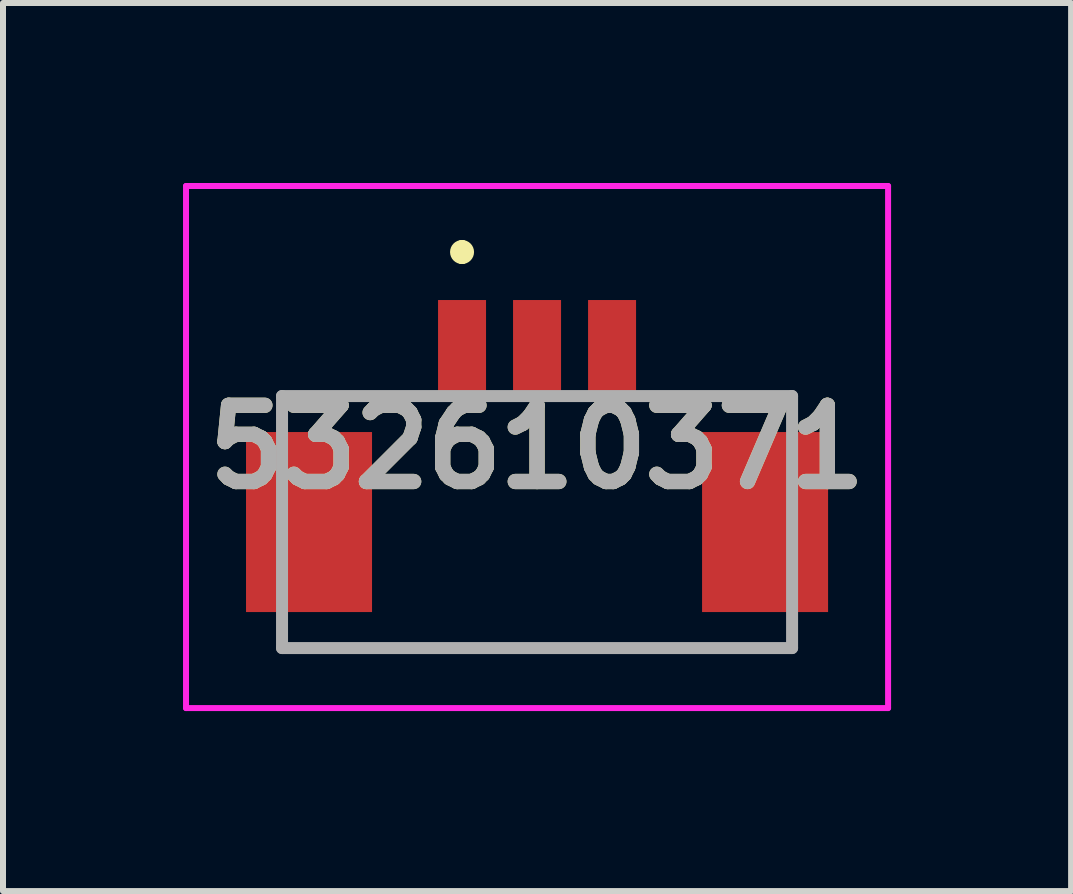
<source format=kicad_pcb>
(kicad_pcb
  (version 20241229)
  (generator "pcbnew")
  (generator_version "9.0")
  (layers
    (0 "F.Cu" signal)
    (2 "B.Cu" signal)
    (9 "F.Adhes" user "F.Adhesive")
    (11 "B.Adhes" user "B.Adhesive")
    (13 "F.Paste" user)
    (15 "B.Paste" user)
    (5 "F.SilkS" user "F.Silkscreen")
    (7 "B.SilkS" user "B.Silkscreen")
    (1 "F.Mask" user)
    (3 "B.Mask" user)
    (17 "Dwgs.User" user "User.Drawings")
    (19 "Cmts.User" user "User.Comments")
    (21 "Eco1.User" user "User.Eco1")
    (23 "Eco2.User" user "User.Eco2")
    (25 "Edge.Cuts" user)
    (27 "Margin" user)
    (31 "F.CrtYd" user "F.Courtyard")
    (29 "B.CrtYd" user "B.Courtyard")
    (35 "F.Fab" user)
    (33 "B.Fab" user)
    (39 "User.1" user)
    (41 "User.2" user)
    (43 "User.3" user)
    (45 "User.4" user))
  (footprint "532610371"
    (layer "F.Cu")
    (at 5.9 5.65)
    (property "Reference" "532610371" (at 0 -1.25 0) (layer "F.SilkS") (effects (font (size 1.27 1.27) (thickness 0.254))))
    (attr smd)
    (fp_line (start -4.25 2.1) (end 4.25 2.1) (stroke (width 0.1) (type solid)) (layer "F.SilkS"))
    (fp_line (start -1.25 -4.6) (end -1.25 -4.6) (stroke (width 0.2) (type solid)) (layer "F.SilkS"))
    (fp_line (start -1.25 -4.4) (end -1.25 -4.4) (stroke (width 0.2) (type solid)) (layer "F.SilkS"))
    (fp_arc (start -1.25 -4.6) (mid -1.15 -4.5) (end -1.25 -4.4) (stroke (width 0.2) (type solid)) (layer "F.SilkS"))
    (fp_arc (start -1.25 -4.4) (mid -1.35 -4.5) (end -1.25 -4.6) (stroke (width 0.2) (type solid)) (layer "F.SilkS"))
    (fp_line (start -5.85 -5.6) (end 5.85 -5.6) (stroke (width 0.1) (type solid)) (layer "F.CrtYd"))
    (fp_line (start -5.85 3.1) (end -5.85 -5.6) (stroke (width 0.1) (type solid)) (layer "F.CrtYd"))
    (fp_line (start 5.85 -5.6) (end 5.85 3.1) (stroke (width 0.1) (type solid)) (layer "F.CrtYd"))
    (fp_line (start 5.85 3.1) (end -5.85 3.1) (stroke (width 0.1) (type solid)) (layer "F.CrtYd"))
    (fp_line (start -4.25 -2.1) (end 4.25 -2.1) (stroke (width 0.2) (type solid)) (layer "F.Fab"))
    (fp_line (start -4.25 2.1) (end -4.25 -2.1) (stroke (width 0.2) (type solid)) (layer "F.Fab"))
    (fp_line (start 4.25 -2.1) (end 4.25 2.1) (stroke (width 0.2) (type solid)) (layer "F.Fab"))
    (fp_line (start 4.25 2.1) (end -4.25 2.1) (stroke (width 0.2) (type solid)) (layer "F.Fab"))
    (fp_text user "${REFERENCE}" (at 0 -1.25 0) (layer "F.Fab") (effects (font (size 1.27 1.27) (thickness 0.254))))
    (pad "1" smd rect (at -1.25 -2.9) (size 0.8 1.6) (layers "F.Cu" "F.Mask" "F.Paste"))
    (pad "2" smd rect (at 0 -2.9) (size 0.8 1.6) (layers "F.Cu" "F.Mask" "F.Paste"))
    (pad "3" smd rect (at 1.25 -2.9) (size 0.8 1.6) (layers "F.Cu" "F.Mask" "F.Paste"))
    (pad "MP1" smd rect (at -3.8 0) (size 2.1 3) (layers "F.Cu" "F.Mask" "F.Paste"))
    (pad "MP2" smd rect (at 3.8 0) (size 2.1 3) (layers "F.Cu" "F.Mask" "F.Paste")))
  (gr_rect
    (start -3 -3)
    (end 14.8 11.8)
    (stroke (width 0.1) (type default))
    (fill no)
    (layer "Edge.Cuts")))
</source>
